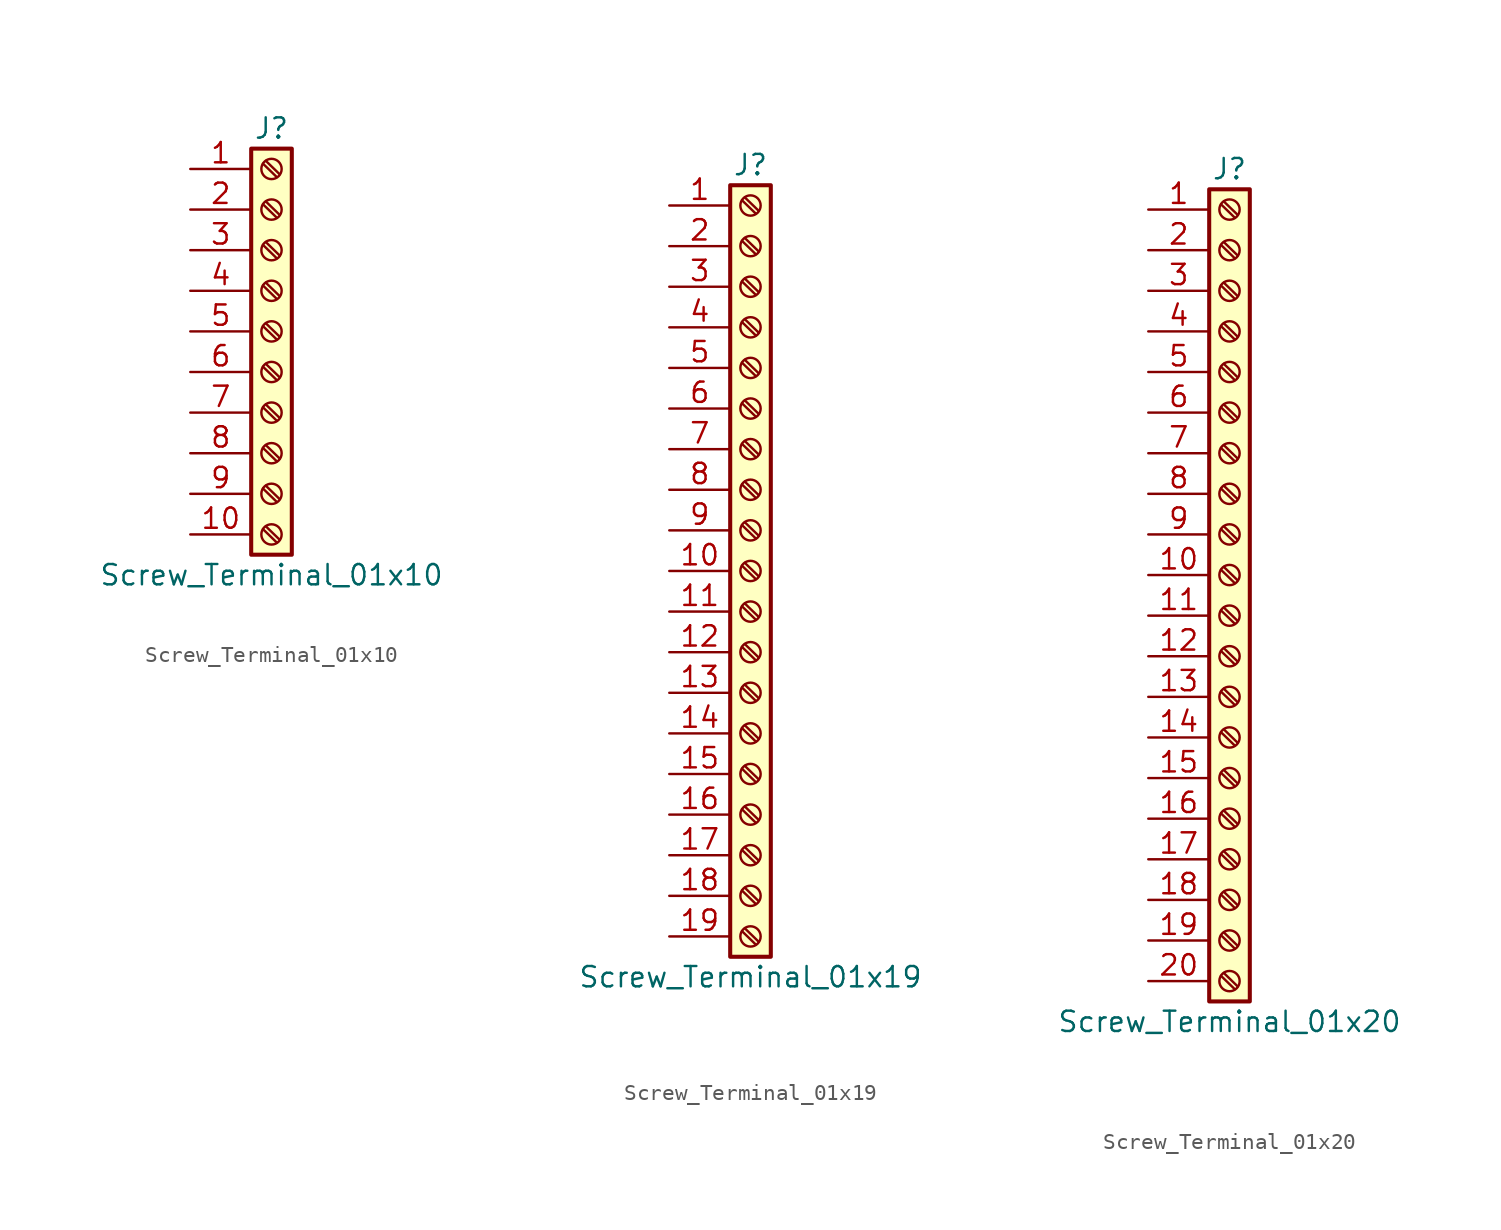
<source format=kicad_sym>
(kicad_symbol_lib
  (version 20201005)
  (generator kicad_symbol_editor)
  (symbol "Connector:Screw_Terminal_01x10"
    (pin_names
      (offset 1.016) hide)
    (property "Reference" "J"
      (at 0 12.7 0)
      (effects (font (size 1.27 1.27))))
    (property "Value" "Screw_Terminal_01x10"
      (at 0 -15.24 0)
      (effects (font (size 1.27 1.27))))
    (symbol "Screw_Terminal_01x10_1_1"
      (circle (center 0 -12.7) (radius 0.635) (stroke (width 0.152)) (fill (type none)))
      (circle (center 0 -10.16) (radius 0.635) (stroke (width 0.152)) (fill (type none)))
      (circle (center 0 -7.62) (radius 0.635) (stroke (width 0.152)) (fill (type none)))
      (circle (center 0 -5.08) (radius 0.635) (stroke (width 0.152)) (fill (type none)))
      (circle (center 0 -2.54) (radius 0.635) (stroke (width 0.152)) (fill (type none)))
      (circle (center 0 0) (radius 0.635) (stroke (width 0.152)) (fill (type none)))
      (circle (center 0 2.54) (radius 0.635) (stroke (width 0.152)) (fill (type none)))
      (circle (center 0 5.08) (radius 0.635) (stroke (width 0.152)) (fill (type none)))
      (circle (center 0 7.62) (radius 0.635) (stroke (width 0.152)) (fill (type none)))
      (circle (center 0 10.16) (radius 0.635) (stroke (width 0.152)) (fill (type none)))
      (rectangle (start -1.27 11.43) (end 1.27 -13.97) (stroke (width 0.254)) (fill (type background)))
      (polyline (pts (xy -0.533 -12.37) (xy 0.33 -13.208)) (stroke (width 0.152)) (fill (type none)))
      (polyline (pts (xy -0.533 -9.83) (xy 0.33 -10.668)) (stroke (width 0.152)) (fill (type none)))
      (polyline (pts (xy -0.533 -7.29) (xy 0.33 -8.128)) (stroke (width 0.152)) (fill (type none)))
      (polyline (pts (xy -0.533 -4.75) (xy 0.33 -5.588)) (stroke (width 0.152)) (fill (type none)))
      (polyline (pts (xy -0.533 -2.21) (xy 0.33 -3.048)) (stroke (width 0.152)) (fill (type none)))
      (polyline (pts (xy -0.533 0.33) (xy 0.33 -0.508)) (stroke (width 0.152)) (fill (type none)))
      (polyline (pts (xy -0.533 2.87) (xy 0.33 2.032)) (stroke (width 0.152)) (fill (type none)))
      (polyline (pts (xy -0.533 5.41) (xy 0.33 4.572)) (stroke (width 0.152)) (fill (type none)))
      (polyline (pts (xy -0.533 7.95) (xy 0.33 7.112)) (stroke (width 0.152)) (fill (type none)))
      (polyline (pts (xy -0.533 10.49) (xy 0.33 9.652)) (stroke (width 0.152)) (fill (type none)))
      (polyline (pts (xy -0.356 -12.192) (xy 0.508 -13.03)) (stroke (width 0.152)) (fill (type none)))
      (polyline (pts (xy -0.356 -9.652) (xy 0.508 -10.49)) (stroke (width 0.152)) (fill (type none)))
      (polyline (pts (xy -0.356 -7.112) (xy 0.508 -7.95)) (stroke (width 0.152)) (fill (type none)))
      (polyline (pts (xy -0.356 -4.572) (xy 0.508 -5.41)) (stroke (width 0.152)) (fill (type none)))
      (polyline (pts (xy -0.356 -2.032) (xy 0.508 -2.87)) (stroke (width 0.152)) (fill (type none)))
      (polyline (pts (xy -0.356 0.508) (xy 0.508 -0.33)) (stroke (width 0.152)) (fill (type none)))
      (polyline (pts (xy -0.356 3.048) (xy 0.508 2.21)) (stroke (width 0.152)) (fill (type none)))
      (polyline (pts (xy -0.356 5.588) (xy 0.508 4.75)) (stroke (width 0.152)) (fill (type none)))
      (polyline (pts (xy -0.356 8.128) (xy 0.508 7.29)) (stroke (width 0.152)) (fill (type none)))
      (polyline (pts (xy -0.356 10.668) (xy 0.508 9.83)) (stroke (width 0.152)) (fill (type none)))
      (pin passive line (at -5.08 10.16 0) (length 3.81) (name "Pin_1" (effects (font (size 1.27 1.27)))) (number "1" (effects (font (size 1.27 1.27)))))
      (pin passive line (at -5.08 -12.7 0) (length 3.81) (name "Pin_10" (effects (font (size 1.27 1.27)))) (number "10" (effects (font (size 1.27 1.27)))))
      (pin passive line (at -5.08 7.62 0) (length 3.81) (name "Pin_2" (effects (font (size 1.27 1.27)))) (number "2" (effects (font (size 1.27 1.27)))))
      (pin passive line (at -5.08 5.08 0) (length 3.81) (name "Pin_3" (effects (font (size 1.27 1.27)))) (number "3" (effects (font (size 1.27 1.27)))))
      (pin passive line (at -5.08 2.54 0) (length 3.81) (name "Pin_4" (effects (font (size 1.27 1.27)))) (number "4" (effects (font (size 1.27 1.27)))))
      (pin passive line (at -5.08 0 0) (length 3.81) (name "Pin_5" (effects (font (size 1.27 1.27)))) (number "5" (effects (font (size 1.27 1.27)))))
      (pin passive line (at -5.08 -2.54 0) (length 3.81) (name "Pin_6" (effects (font (size 1.27 1.27)))) (number "6" (effects (font (size 1.27 1.27)))))
      (pin passive line (at -5.08 -5.08 0) (length 3.81) (name "Pin_7" (effects (font (size 1.27 1.27)))) (number "7" (effects (font (size 1.27 1.27)))))
      (pin passive line (at -5.08 -7.62 0) (length 3.81) (name "Pin_8" (effects (font (size 1.27 1.27)))) (number "8" (effects (font (size 1.27 1.27)))))
      (pin passive line (at -5.08 -10.16 0) (length 3.81) (name "Pin_9" (effects (font (size 1.27 1.27)))) (number "9" (effects (font (size 1.27 1.27)))))))
  (symbol "Connector:Screw_Terminal_01x19"
    (pin_names
      (offset 1.016) hide)
    (property "Reference" "J"
      (at 0 25.4 0)
      (effects (font (size 1.27 1.27))))
    (property "Value" "Screw_Terminal_01x19"
      (at 0 -25.4 0)
      (effects (font (size 1.27 1.27))))
    (symbol "Screw_Terminal_01x19_1_1"
      (circle (center 0 -22.86) (radius 0.635) (stroke (width 0.152)) (fill (type none)))
      (circle (center 0 -20.32) (radius 0.635) (stroke (width 0.152)) (fill (type none)))
      (circle (center 0 -17.78) (radius 0.635) (stroke (width 0.152)) (fill (type none)))
      (circle (center 0 -15.24) (radius 0.635) (stroke (width 0.152)) (fill (type none)))
      (circle (center 0 -12.7) (radius 0.635) (stroke (width 0.152)) (fill (type none)))
      (circle (center 0 -10.16) (radius 0.635) (stroke (width 0.152)) (fill (type none)))
      (circle (center 0 -7.62) (radius 0.635) (stroke (width 0.152)) (fill (type none)))
      (circle (center 0 -5.08) (radius 0.635) (stroke (width 0.152)) (fill (type none)))
      (circle (center 0 -2.54) (radius 0.635) (stroke (width 0.152)) (fill (type none)))
      (circle (center 0 0) (radius 0.635) (stroke (width 0.152)) (fill (type none)))
      (circle (center 0 2.54) (radius 0.635) (stroke (width 0.152)) (fill (type none)))
      (circle (center 0 5.08) (radius 0.635) (stroke (width 0.152)) (fill (type none)))
      (circle (center 0 7.62) (radius 0.635) (stroke (width 0.152)) (fill (type none)))
      (circle (center 0 10.16) (radius 0.635) (stroke (width 0.152)) (fill (type none)))
      (circle (center 0 12.7) (radius 0.635) (stroke (width 0.152)) (fill (type none)))
      (circle (center 0 15.24) (radius 0.635) (stroke (width 0.152)) (fill (type none)))
      (circle (center 0 17.78) (radius 0.635) (stroke (width 0.152)) (fill (type none)))
      (circle (center 0 20.32) (radius 0.635) (stroke (width 0.152)) (fill (type none)))
      (circle (center 0 22.86) (radius 0.635) (stroke (width 0.152)) (fill (type none)))
      (rectangle (start -1.27 24.13) (end 1.27 -24.13) (stroke (width 0.254)) (fill (type background)))
      (polyline (pts (xy -0.533 -22.53) (xy 0.33 -23.368)) (stroke (width 0.152)) (fill (type none)))
      (polyline (pts (xy -0.533 -19.99) (xy 0.33 -20.828)) (stroke (width 0.152)) (fill (type none)))
      (polyline (pts (xy -0.533 -17.45) (xy 0.33 -18.288)) (stroke (width 0.152)) (fill (type none)))
      (polyline (pts (xy -0.533 -14.91) (xy 0.33 -15.748)) (stroke (width 0.152)) (fill (type none)))
      (polyline (pts (xy -0.533 -12.37) (xy 0.33 -13.208)) (stroke (width 0.152)) (fill (type none)))
      (polyline (pts (xy -0.533 -9.83) (xy 0.33 -10.668)) (stroke (width 0.152)) (fill (type none)))
      (polyline (pts (xy -0.533 -7.29) (xy 0.33 -8.128)) (stroke (width 0.152)) (fill (type none)))
      (polyline (pts (xy -0.533 -4.75) (xy 0.33 -5.588)) (stroke (width 0.152)) (fill (type none)))
      (polyline (pts (xy -0.533 -2.21) (xy 0.33 -3.048)) (stroke (width 0.152)) (fill (type none)))
      (polyline (pts (xy -0.533 0.33) (xy 0.33 -0.508)) (stroke (width 0.152)) (fill (type none)))
      (polyline (pts (xy -0.533 2.87) (xy 0.33 2.032)) (stroke (width 0.152)) (fill (type none)))
      (polyline (pts (xy -0.533 5.41) (xy 0.33 4.572)) (stroke (width 0.152)) (fill (type none)))
      (polyline (pts (xy -0.533 7.95) (xy 0.33 7.112)) (stroke (width 0.152)) (fill (type none)))
      (polyline (pts (xy -0.533 10.49) (xy 0.33 9.652)) (stroke (width 0.152)) (fill (type none)))
      (polyline (pts (xy -0.533 13.03) (xy 0.33 12.192)) (stroke (width 0.152)) (fill (type none)))
      (polyline (pts (xy -0.533 15.57) (xy 0.33 14.732)) (stroke (width 0.152)) (fill (type none)))
      (polyline (pts (xy -0.533 18.11) (xy 0.33 17.272)) (stroke (width 0.152)) (fill (type none)))
      (polyline (pts (xy -0.533 20.65) (xy 0.33 19.812)) (stroke (width 0.152)) (fill (type none)))
      (polyline (pts (xy -0.533 23.19) (xy 0.33 22.352)) (stroke (width 0.152)) (fill (type none)))
      (polyline (pts (xy -0.356 -22.352) (xy 0.508 -23.19)) (stroke (width 0.152)) (fill (type none)))
      (polyline (pts (xy -0.356 -19.812) (xy 0.508 -20.65)) (stroke (width 0.152)) (fill (type none)))
      (polyline (pts (xy -0.356 -17.272) (xy 0.508 -18.11)) (stroke (width 0.152)) (fill (type none)))
      (polyline (pts (xy -0.356 -14.732) (xy 0.508 -15.57)) (stroke (width 0.152)) (fill (type none)))
      (polyline (pts (xy -0.356 -12.192) (xy 0.508 -13.03)) (stroke (width 0.152)) (fill (type none)))
      (polyline (pts (xy -0.356 -9.652) (xy 0.508 -10.49)) (stroke (width 0.152)) (fill (type none)))
      (polyline (pts (xy -0.356 -7.112) (xy 0.508 -7.95)) (stroke (width 0.152)) (fill (type none)))
      (polyline (pts (xy -0.356 -4.572) (xy 0.508 -5.41)) (stroke (width 0.152)) (fill (type none)))
      (polyline (pts (xy -0.356 -2.032) (xy 0.508 -2.87)) (stroke (width 0.152)) (fill (type none)))
      (polyline (pts (xy -0.356 0.508) (xy 0.508 -0.33)) (stroke (width 0.152)) (fill (type none)))
      (polyline (pts (xy -0.356 3.048) (xy 0.508 2.21)) (stroke (width 0.152)) (fill (type none)))
      (polyline (pts (xy -0.356 5.588) (xy 0.508 4.75)) (stroke (width 0.152)) (fill (type none)))
      (polyline (pts (xy -0.356 8.128) (xy 0.508 7.29)) (stroke (width 0.152)) (fill (type none)))
      (polyline (pts (xy -0.356 10.668) (xy 0.508 9.83)) (stroke (width 0.152)) (fill (type none)))
      (polyline (pts (xy -0.356 13.208) (xy 0.508 12.37)) (stroke (width 0.152)) (fill (type none)))
      (polyline (pts (xy -0.356 15.748) (xy 0.508 14.91)) (stroke (width 0.152)) (fill (type none)))
      (polyline (pts (xy -0.356 18.288) (xy 0.508 17.45)) (stroke (width 0.152)) (fill (type none)))
      (polyline (pts (xy -0.356 20.828) (xy 0.508 19.99)) (stroke (width 0.152)) (fill (type none)))
      (polyline (pts (xy -0.356 23.368) (xy 0.508 22.53)) (stroke (width 0.152)) (fill (type none)))
      (pin passive line (at -5.08 22.86 0) (length 3.81) (name "Pin_1" (effects (font (size 1.27 1.27)))) (number "1" (effects (font (size 1.27 1.27)))))
      (pin passive line (at -5.08 0 0) (length 3.81) (name "Pin_10" (effects (font (size 1.27 1.27)))) (number "10" (effects (font (size 1.27 1.27)))))
      (pin passive line (at -5.08 -2.54 0) (length 3.81) (name "Pin_11" (effects (font (size 1.27 1.27)))) (number "11" (effects (font (size 1.27 1.27)))))
      (pin passive line (at -5.08 -5.08 0) (length 3.81) (name "Pin_12" (effects (font (size 1.27 1.27)))) (number "12" (effects (font (size 1.27 1.27)))))
      (pin passive line (at -5.08 -7.62 0) (length 3.81) (name "Pin_13" (effects (font (size 1.27 1.27)))) (number "13" (effects (font (size 1.27 1.27)))))
      (pin passive line (at -5.08 -10.16 0) (length 3.81) (name "Pin_14" (effects (font (size 1.27 1.27)))) (number "14" (effects (font (size 1.27 1.27)))))
      (pin passive line (at -5.08 -12.7 0) (length 3.81) (name "Pin_15" (effects (font (size 1.27 1.27)))) (number "15" (effects (font (size 1.27 1.27)))))
      (pin passive line (at -5.08 -15.24 0) (length 3.81) (name "Pin_16" (effects (font (size 1.27 1.27)))) (number "16" (effects (font (size 1.27 1.27)))))
      (pin passive line (at -5.08 -17.78 0) (length 3.81) (name "Pin_17" (effects (font (size 1.27 1.27)))) (number "17" (effects (font (size 1.27 1.27)))))
      (pin passive line (at -5.08 -20.32 0) (length 3.81) (name "Pin_18" (effects (font (size 1.27 1.27)))) (number "18" (effects (font (size 1.27 1.27)))))
      (pin passive line (at -5.08 -22.86 0) (length 3.81) (name "Pin_19" (effects (font (size 1.27 1.27)))) (number "19" (effects (font (size 1.27 1.27)))))
      (pin passive line (at -5.08 20.32 0) (length 3.81) (name "Pin_2" (effects (font (size 1.27 1.27)))) (number "2" (effects (font (size 1.27 1.27)))))
      (pin passive line (at -5.08 17.78 0) (length 3.81) (name "Pin_3" (effects (font (size 1.27 1.27)))) (number "3" (effects (font (size 1.27 1.27)))))
      (pin passive line (at -5.08 15.24 0) (length 3.81) (name "Pin_4" (effects (font (size 1.27 1.27)))) (number "4" (effects (font (size 1.27 1.27)))))
      (pin passive line (at -5.08 12.7 0) (length 3.81) (name "Pin_5" (effects (font (size 1.27 1.27)))) (number "5" (effects (font (size 1.27 1.27)))))
      (pin passive line (at -5.08 10.16 0) (length 3.81) (name "Pin_6" (effects (font (size 1.27 1.27)))) (number "6" (effects (font (size 1.27 1.27)))))
      (pin passive line (at -5.08 7.62 0) (length 3.81) (name "Pin_7" (effects (font (size 1.27 1.27)))) (number "7" (effects (font (size 1.27 1.27)))))
      (pin passive line (at -5.08 5.08 0) (length 3.81) (name "Pin_8" (effects (font (size 1.27 1.27)))) (number "8" (effects (font (size 1.27 1.27)))))
      (pin passive line (at -5.08 2.54 0) (length 3.81) (name "Pin_9" (effects (font (size 1.27 1.27)))) (number "9" (effects (font (size 1.27 1.27)))))))
  (symbol "Connector:Screw_Terminal_01x20"
    (pin_names
      (offset 1.016) hide)
    (property "Reference" "J"
      (at 0 25.4 0)
      (effects (font (size 1.27 1.27))))
    (property "Value" "Screw_Terminal_01x20"
      (at 0 -27.94 0)
      (effects (font (size 1.27 1.27))))
    (symbol "Screw_Terminal_01x20_1_1"
      (circle (center 0 -25.4) (radius 0.635) (stroke (width 0.152)) (fill (type none)))
      (circle (center 0 -22.86) (radius 0.635) (stroke (width 0.152)) (fill (type none)))
      (circle (center 0 -20.32) (radius 0.635) (stroke (width 0.152)) (fill (type none)))
      (circle (center 0 -17.78) (radius 0.635) (stroke (width 0.152)) (fill (type none)))
      (circle (center 0 -15.24) (radius 0.635) (stroke (width 0.152)) (fill (type none)))
      (circle (center 0 -12.7) (radius 0.635) (stroke (width 0.152)) (fill (type none)))
      (circle (center 0 -10.16) (radius 0.635) (stroke (width 0.152)) (fill (type none)))
      (circle (center 0 -7.62) (radius 0.635) (stroke (width 0.152)) (fill (type none)))
      (circle (center 0 -5.08) (radius 0.635) (stroke (width 0.152)) (fill (type none)))
      (circle (center 0 -2.54) (radius 0.635) (stroke (width 0.152)) (fill (type none)))
      (circle (center 0 0) (radius 0.635) (stroke (width 0.152)) (fill (type none)))
      (circle (center 0 2.54) (radius 0.635) (stroke (width 0.152)) (fill (type none)))
      (circle (center 0 5.08) (radius 0.635) (stroke (width 0.152)) (fill (type none)))
      (circle (center 0 7.62) (radius 0.635) (stroke (width 0.152)) (fill (type none)))
      (circle (center 0 10.16) (radius 0.635) (stroke (width 0.152)) (fill (type none)))
      (circle (center 0 12.7) (radius 0.635) (stroke (width 0.152)) (fill (type none)))
      (circle (center 0 15.24) (radius 0.635) (stroke (width 0.152)) (fill (type none)))
      (circle (center 0 17.78) (radius 0.635) (stroke (width 0.152)) (fill (type none)))
      (circle (center 0 20.32) (radius 0.635) (stroke (width 0.152)) (fill (type none)))
      (circle (center 0 22.86) (radius 0.635) (stroke (width 0.152)) (fill (type none)))
      (rectangle (start -1.27 24.13) (end 1.27 -26.67) (stroke (width 0.254)) (fill (type background)))
      (polyline (pts (xy -0.533 -25.07) (xy 0.33 -25.908)) (stroke (width 0.152)) (fill (type none)))
      (polyline (pts (xy -0.533 -22.53) (xy 0.33 -23.368)) (stroke (width 0.152)) (fill (type none)))
      (polyline (pts (xy -0.533 -19.99) (xy 0.33 -20.828)) (stroke (width 0.152)) (fill (type none)))
      (polyline (pts (xy -0.533 -17.45) (xy 0.33 -18.288)) (stroke (width 0.152)) (fill (type none)))
      (polyline (pts (xy -0.533 -14.91) (xy 0.33 -15.748)) (stroke (width 0.152)) (fill (type none)))
      (polyline (pts (xy -0.533 -12.37) (xy 0.33 -13.208)) (stroke (width 0.152)) (fill (type none)))
      (polyline (pts (xy -0.533 -9.83) (xy 0.33 -10.668)) (stroke (width 0.152)) (fill (type none)))
      (polyline (pts (xy -0.533 -7.29) (xy 0.33 -8.128)) (stroke (width 0.152)) (fill (type none)))
      (polyline (pts (xy -0.533 -4.75) (xy 0.33 -5.588)) (stroke (width 0.152)) (fill (type none)))
      (polyline (pts (xy -0.533 -2.21) (xy 0.33 -3.048)) (stroke (width 0.152)) (fill (type none)))
      (polyline (pts (xy -0.533 0.33) (xy 0.33 -0.508)) (stroke (width 0.152)) (fill (type none)))
      (polyline (pts (xy -0.533 2.87) (xy 0.33 2.032)) (stroke (width 0.152)) (fill (type none)))
      (polyline (pts (xy -0.533 5.41) (xy 0.33 4.572)) (stroke (width 0.152)) (fill (type none)))
      (polyline (pts (xy -0.533 7.95) (xy 0.33 7.112)) (stroke (width 0.152)) (fill (type none)))
      (polyline (pts (xy -0.533 10.49) (xy 0.33 9.652)) (stroke (width 0.152)) (fill (type none)))
      (polyline (pts (xy -0.533 13.03) (xy 0.33 12.192)) (stroke (width 0.152)) (fill (type none)))
      (polyline (pts (xy -0.533 15.57) (xy 0.33 14.732)) (stroke (width 0.152)) (fill (type none)))
      (polyline (pts (xy -0.533 18.11) (xy 0.33 17.272)) (stroke (width 0.152)) (fill (type none)))
      (polyline (pts (xy -0.533 20.65) (xy 0.33 19.812)) (stroke (width 0.152)) (fill (type none)))
      (polyline (pts (xy -0.533 23.19) (xy 0.33 22.352)) (stroke (width 0.152)) (fill (type none)))
      (polyline (pts (xy -0.356 -24.892) (xy 0.508 -25.73)) (stroke (width 0.152)) (fill (type none)))
      (polyline (pts (xy -0.356 -22.352) (xy 0.508 -23.19)) (stroke (width 0.152)) (fill (type none)))
      (polyline (pts (xy -0.356 -19.812) (xy 0.508 -20.65)) (stroke (width 0.152)) (fill (type none)))
      (polyline (pts (xy -0.356 -17.272) (xy 0.508 -18.11)) (stroke (width 0.152)) (fill (type none)))
      (polyline (pts (xy -0.356 -14.732) (xy 0.508 -15.57)) (stroke (width 0.152)) (fill (type none)))
      (polyline (pts (xy -0.356 -12.192) (xy 0.508 -13.03)) (stroke (width 0.152)) (fill (type none)))
      (polyline (pts (xy -0.356 -9.652) (xy 0.508 -10.49)) (stroke (width 0.152)) (fill (type none)))
      (polyline (pts (xy -0.356 -7.112) (xy 0.508 -7.95)) (stroke (width 0.152)) (fill (type none)))
      (polyline (pts (xy -0.356 -4.572) (xy 0.508 -5.41)) (stroke (width 0.152)) (fill (type none)))
      (polyline (pts (xy -0.356 -2.032) (xy 0.508 -2.87)) (stroke (width 0.152)) (fill (type none)))
      (polyline (pts (xy -0.356 0.508) (xy 0.508 -0.33)) (stroke (width 0.152)) (fill (type none)))
      (polyline (pts (xy -0.356 3.048) (xy 0.508 2.21)) (stroke (width 0.152)) (fill (type none)))
      (polyline (pts (xy -0.356 5.588) (xy 0.508 4.75)) (stroke (width 0.152)) (fill (type none)))
      (polyline (pts (xy -0.356 8.128) (xy 0.508 7.29)) (stroke (width 0.152)) (fill (type none)))
      (polyline (pts (xy -0.356 10.668) (xy 0.508 9.83)) (stroke (width 0.152)) (fill (type none)))
      (polyline (pts (xy -0.356 13.208) (xy 0.508 12.37)) (stroke (width 0.152)) (fill (type none)))
      (polyline (pts (xy -0.356 15.748) (xy 0.508 14.91)) (stroke (width 0.152)) (fill (type none)))
      (polyline (pts (xy -0.356 18.288) (xy 0.508 17.45)) (stroke (width 0.152)) (fill (type none)))
      (polyline (pts (xy -0.356 20.828) (xy 0.508 19.99)) (stroke (width 0.152)) (fill (type none)))
      (polyline (pts (xy -0.356 23.368) (xy 0.508 22.53)) (stroke (width 0.152)) (fill (type none)))
      (pin passive line (at -5.08 22.86 0) (length 3.81) (name "Pin_1" (effects (font (size 1.27 1.27)))) (number "1" (effects (font (size 1.27 1.27)))))
      (pin passive line (at -5.08 0 0) (length 3.81) (name "Pin_10" (effects (font (size 1.27 1.27)))) (number "10" (effects (font (size 1.27 1.27)))))
      (pin passive line (at -5.08 -2.54 0) (length 3.81) (name "Pin_11" (effects (font (size 1.27 1.27)))) (number "11" (effects (font (size 1.27 1.27)))))
      (pin passive line (at -5.08 -5.08 0) (length 3.81) (name "Pin_12" (effects (font (size 1.27 1.27)))) (number "12" (effects (font (size 1.27 1.27)))))
      (pin passive line (at -5.08 -7.62 0) (length 3.81) (name "Pin_13" (effects (font (size 1.27 1.27)))) (number "13" (effects (font (size 1.27 1.27)))))
      (pin passive line (at -5.08 -10.16 0) (length 3.81) (name "Pin_14" (effects (font (size 1.27 1.27)))) (number "14" (effects (font (size 1.27 1.27)))))
      (pin passive line (at -5.08 -12.7 0) (length 3.81) (name "Pin_15" (effects (font (size 1.27 1.27)))) (number "15" (effects (font (size 1.27 1.27)))))
      (pin passive line (at -5.08 -15.24 0) (length 3.81) (name "Pin_16" (effects (font (size 1.27 1.27)))) (number "16" (effects (font (size 1.27 1.27)))))
      (pin passive line (at -5.08 -17.78 0) (length 3.81) (name "Pin_17" (effects (font (size 1.27 1.27)))) (number "17" (effects (font (size 1.27 1.27)))))
      (pin passive line (at -5.08 -20.32 0) (length 3.81) (name "Pin_18" (effects (font (size 1.27 1.27)))) (number "18" (effects (font (size 1.27 1.27)))))
      (pin passive line (at -5.08 -22.86 0) (length 3.81) (name "Pin_19" (effects (font (size 1.27 1.27)))) (number "19" (effects (font (size 1.27 1.27)))))
      (pin passive line (at -5.08 20.32 0) (length 3.81) (name "Pin_2" (effects (font (size 1.27 1.27)))) (number "2" (effects (font (size 1.27 1.27)))))
      (pin passive line (at -5.08 -25.4 0) (length 3.81) (name "Pin_20" (effects (font (size 1.27 1.27)))) (number "20" (effects (font (size 1.27 1.27)))))
      (pin passive line (at -5.08 17.78 0) (length 3.81) (name "Pin_3" (effects (font (size 1.27 1.27)))) (number "3" (effects (font (size 1.27 1.27)))))
      (pin passive line (at -5.08 15.24 0) (length 3.81) (name "Pin_4" (effects (font (size 1.27 1.27)))) (number "4" (effects (font (size 1.27 1.27)))))
      (pin passive line (at -5.08 12.7 0) (length 3.81) (name "Pin_5" (effects (font (size 1.27 1.27)))) (number "5" (effects (font (size 1.27 1.27)))))
      (pin passive line (at -5.08 10.16 0) (length 3.81) (name "Pin_6" (effects (font (size 1.27 1.27)))) (number "6" (effects (font (size 1.27 1.27)))))
      (pin passive line (at -5.08 7.62 0) (length 3.81) (name "Pin_7" (effects (font (size 1.27 1.27)))) (number "7" (effects (font (size 1.27 1.27)))))
      (pin passive line (at -5.08 5.08 0) (length 3.81) (name "Pin_8" (effects (font (size 1.27 1.27)))) (number "8" (effects (font (size 1.27 1.27)))))
      (pin passive line (at -5.08 2.54 0) (length 3.81) (name "Pin_9" (effects (font (size 1.27 1.27)))) (number "9" (effects (font (size 1.27 1.27))))))))
</source>
